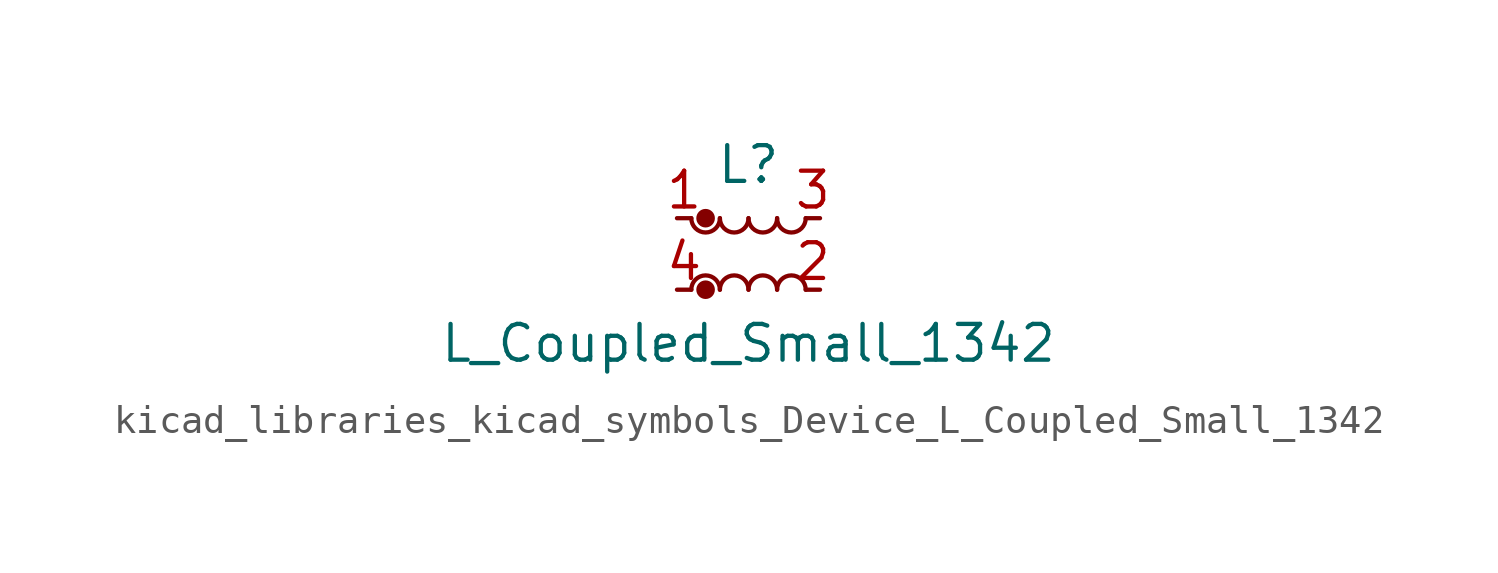
<source format=kicad_sym>
(kicad_symbol_lib
  (version 20220914)
  (generator kicad_symbol_editor)
  (symbol "kicad_libraries_kicad_symbols_Device_L_Coupled_Small_1342"
    (pin_names
      (offset 0.254) hide)
    (property "Reference" "L"
      (at 0 3.175 0)
      (effects (font (size 1.27 1.27))))
    (property "Value" "L_Coupled_Small_1342"
      (at 0 -3.175 0)
      (effects (font (size 1.27 1.27))))
    (symbol "kicad_libraries_kicad_symbols_Device_L_Coupled_Small_1342_0_1"
      (arc (start -2.032 1.27) (mid -1.524 0.7642) (end -1.016 1.27) (stroke (width 0) (type default)) (fill (type none)))
      (circle (center -1.524 -1.27) (radius 0.254) (stroke (width 0) (type default)) (fill (type outline)))
      (circle (center -1.524 1.27) (radius 0.254) (stroke (width 0) (type default)) (fill (type outline)))
      (arc (start -1.016 -1.27) (mid -1.524 -0.7642) (end -2.032 -1.27) (stroke (width 0) (type default)) (fill (type none)))
      (arc (start -1.016 1.27) (mid -0.508 0.7642) (end 0 1.27) (stroke (width 0) (type default)) (fill (type none)))
      (arc (start 0 -1.27) (mid -0.508 -0.7642) (end -1.016 -1.27) (stroke (width 0) (type default)) (fill (type none)))
      (arc (start 0 1.27) (mid 0.508 0.7642) (end 1.016 1.27) (stroke (width 0) (type default)) (fill (type none)))
      (arc (start 1.016 -1.27) (mid 0.508 -0.7642) (end 0 -1.27) (stroke (width 0) (type default)) (fill (type none)))
      (arc (start 1.016 1.27) (mid 1.524 0.7642) (end 2.032 1.27) (stroke (width 0) (type default)) (fill (type none)))
      (arc (start 2.032 -1.27) (mid 1.524 -0.7642) (end 1.016 -1.27) (stroke (width 0) (type default)) (fill (type none))))
    (symbol "kicad_libraries_kicad_symbols_Device_L_Coupled_Small_1342_1_1"
      (pin passive line (at -2.54 1.27 0) (length 0.508) (name "1" (effects (font (size 1.27 1.27)))) (number "1" (effects (font (size 1.27 1.27)))))
      (pin passive line (at 2.54 -1.27 180) (length 0.508) (name "2" (effects (font (size 1.27 1.27)))) (number "2" (effects (font (size 1.27 1.27)))))
      (pin passive line (at 2.54 1.27 180) (length 0.508) (name "3" (effects (font (size 1.27 1.27)))) (number "3" (effects (font (size 1.27 1.27)))))
      (pin passive line (at -2.54 -1.27 0) (length 0.508) (name "4" (effects (font (size 1.27 1.27)))) (number "4" (effects (font (size 1.27 1.27))))))))
</source>
